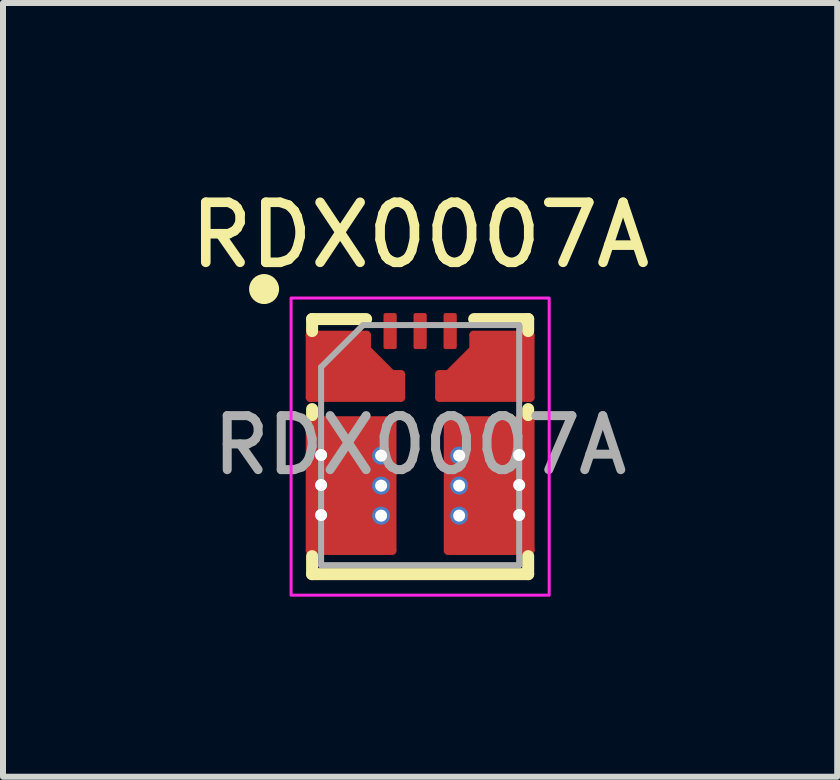
<source format=kicad_pcb>
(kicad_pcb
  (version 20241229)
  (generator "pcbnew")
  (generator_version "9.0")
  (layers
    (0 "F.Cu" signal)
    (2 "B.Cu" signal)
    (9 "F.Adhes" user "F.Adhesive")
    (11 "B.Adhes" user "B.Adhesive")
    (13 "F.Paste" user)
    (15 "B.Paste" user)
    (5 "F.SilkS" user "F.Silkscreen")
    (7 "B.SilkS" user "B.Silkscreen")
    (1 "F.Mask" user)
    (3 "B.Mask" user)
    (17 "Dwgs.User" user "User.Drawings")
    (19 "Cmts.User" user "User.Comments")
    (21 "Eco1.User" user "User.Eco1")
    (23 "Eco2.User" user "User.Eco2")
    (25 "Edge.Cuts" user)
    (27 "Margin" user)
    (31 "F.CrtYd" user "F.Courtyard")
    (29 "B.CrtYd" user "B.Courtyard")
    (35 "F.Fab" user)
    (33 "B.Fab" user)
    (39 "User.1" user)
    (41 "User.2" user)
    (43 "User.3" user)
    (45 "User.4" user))
  (footprint "RDX0007A"
    (layer "F.Cu")
    (at 3.95 4.366)
    (property "Reference" "RDX0007A" (at 0 -3.5 0) (unlocked yes) (layer "F.SilkS") (effects (font (size 1 1) (thickness 0.16))))
    (attr smd)
    (fp_line (start -1.905 1.76) (end -1.905 -0.41) (stroke (width 0.001) (type default)) (layer "F.Cu"))
    (fp_line (start -1.905 -0.79) (end -1.905 -1.835) (stroke (width 0.001) (type default)) (layer "F.Cu"))
    (fp_line (start -0.89 -1.905) (end -1.835 -1.905) (stroke (width 0.001) (type default)) (layer "F.Cu"))
    (fp_line (start -0.82 -1.625) (end -0.82 -1.835) (stroke (width 0.001) (type default)) (layer "F.Cu"))
    (fp_line (start -0.82 -1.625) (end -0.445 -1.25) (stroke (width 0.001) (type default)) (layer "F.Cu"))
    (fp_line (start -0.465 -0.48) (end -1.835 -0.48) (stroke (width 0.001) (type default)) (layer "F.Cu"))
    (fp_line (start -0.465 1.83) (end -1.835 1.83) (stroke (width 0.001) (type default)) (layer "F.Cu"))
    (fp_line (start -0.395 1.76) (end -0.395 -0.41) (stroke (width 0.001) (type default)) (layer "F.Cu"))
    (fp_line (start -0.32 -1.25) (end -0.445 -1.25) (stroke (width 0.001) (type default)) (layer "F.Cu"))
    (fp_line (start -0.32 -0.72) (end -1.835 -0.72) (stroke (width 0.001) (type default)) (layer "F.Cu"))
    (fp_line (start -0.25 -0.79) (end -0.25 -1.18) (stroke (width 0.001) (type default)) (layer "F.Cu"))
    (fp_line (start 0.25 -0.79) (end 0.25 -1.18) (stroke (width 0.001) (type default)) (layer "F.Cu"))
    (fp_line (start 0.32 -1.25) (end 0.445 -1.25) (stroke (width 0.001) (type default)) (layer "F.Cu"))
    (fp_line (start 0.32 -0.72) (end 1.835 -0.72) (stroke (width 0.001) (type default)) (layer "F.Cu"))
    (fp_line (start 0.395 1.76) (end 0.395 -0.41) (stroke (width 0.001) (type default)) (layer "F.Cu"))
    (fp_line (start 0.465 -0.48) (end 1.835 -0.48) (stroke (width 0.001) (type default)) (layer "F.Cu"))
    (fp_line (start 0.465 1.83) (end 1.835 1.83) (stroke (width 0.001) (type default)) (layer "F.Cu"))
    (fp_line (start 0.82 -1.625) (end 0.445 -1.25) (stroke (width 0.001) (type default)) (layer "F.Cu"))
    (fp_line (start 0.82 -1.625) (end 0.82 -1.835) (stroke (width 0.001) (type default)) (layer "F.Cu"))
    (fp_line (start 0.89 -1.905) (end 1.835 -1.905) (stroke (width 0.001) (type default)) (layer "F.Cu"))
    (fp_line (start 1.905 -0.79) (end 1.905 -1.835) (stroke (width 0.001) (type default)) (layer "F.Cu"))
    (fp_line (start 1.905 1.76) (end 1.905 -0.41) (stroke (width 0.001) (type default)) (layer "F.Cu"))
    (fp_arc (start -1.905 -1.834999) (mid -1.884497 -1.884496) (end -1.835 -1.904999) (stroke (width 0.001) (type solid)) (layer "F.Cu"))
    (fp_arc (start -1.905 -0.41) (mid -1.884497 -0.459497) (end -1.835 -0.48) (stroke (width 0.001) (type solid)) (layer "F.Cu"))
    (fp_arc (start -1.835 -0.719999) (mid -1.884497 -0.740502) (end -1.905 -0.789999) (stroke (width 0.001) (type solid)) (layer "F.Cu"))
    (fp_arc (start -1.835 1.83) (mid -1.884497 1.809497) (end -1.905 1.76) (stroke (width 0.001) (type default)) (layer "F.Cu"))
    (fp_arc (start -0.89 -1.904999) (mid -0.840503 -1.884496) (end -0.82 -1.834999) (stroke (width 0.001) (type solid)) (layer "F.Cu"))
    (fp_arc (start -0.465 -0.48) (mid -0.415503 -0.459497) (end -0.395 -0.41) (stroke (width 0.001) (type solid)) (layer "F.Cu"))
    (fp_arc (start -0.395 1.76) (mid -0.415503 1.809497) (end -0.465 1.83) (stroke (width 0.001) (type solid)) (layer "F.Cu"))
    (fp_arc (start -0.32 -1.249999) (mid -0.270503 -1.229496) (end -0.25 -1.179999) (stroke (width 0.001) (type solid)) (layer "F.Cu"))
    (fp_arc (start -0.25 -0.789999) (mid -0.270503 -0.740502) (end -0.32 -0.719999) (stroke (width 0.001) (type default)) (layer "F.Cu"))
    (fp_arc (start 0.25 -1.18) (mid 0.270503 -1.229497) (end 0.32 -1.25) (stroke (width 0.001) (type solid)) (layer "F.Cu"))
    (fp_arc (start 0.32 -0.72) (mid 0.270502 -0.740502) (end 0.25 -0.79) (stroke (width 0.001) (type default)) (layer "F.Cu"))
    (fp_arc (start 0.395003 -0.41) (mid 0.415506 -0.459496) (end 0.465003 -0.48) (stroke (width 0.001) (type solid)) (layer "F.Cu"))
    (fp_arc (start 0.465003 1.83) (mid 0.415504 1.809499) (end 0.395003 1.76) (stroke (width 0.001) (type solid)) (layer "F.Cu"))
    (fp_arc (start 0.82 -1.835) (mid 0.840503 -1.884497) (end 0.89 -1.905) (stroke (width 0.001) (type solid)) (layer "F.Cu"))
    (fp_arc (start 1.835 -1.905) (mid 1.884497 -1.884497) (end 1.905 -1.835) (stroke (width 0.001) (type solid)) (layer "F.Cu"))
    (fp_arc (start 1.835003 -0.48) (mid 1.884499 -0.459496) (end 1.905003 -0.41) (stroke (width 0.001) (type solid)) (layer "F.Cu"))
    (fp_arc (start 1.905 -0.79) (mid 1.884498 -0.740502) (end 1.835 -0.72) (stroke (width 0.001) (type solid)) (layer "F.Cu"))
    (fp_arc (start 1.905003 1.76) (mid 1.884501 1.809499) (end 1.835003 1.83) (stroke (width 0.001) (type default)) (layer "F.Cu"))
    (fp_circle (center -1.835 -1.835) (end -1.765 -1.835) (stroke (width 0.001) (type solid)) (fill yes) (layer "F.Cu"))
    (fp_circle (center -1.835 -0.79) (end -1.765 -0.79) (stroke (width 0.001) (type solid)) (fill yes) (layer "F.Cu"))
    (fp_circle (center -1.835 -0.41) (end -1.765 -0.41) (stroke (width 0.001) (type default)) (fill yes) (layer "F.Cu"))
    (fp_circle (center -1.835 1.76) (end -1.765 1.76) (stroke (width 0.001) (type default)) (fill yes) (layer "F.Cu"))
    (fp_circle (center -0.89 -1.835) (end -0.82 -1.835) (stroke (width 0.001) (type solid)) (fill yes) (layer "F.Cu"))
    (fp_circle (center -0.465 -0.41) (end -0.395 -0.41) (stroke (width 0.001) (type default)) (fill yes) (layer "F.Cu"))
    (fp_circle (center -0.465 1.76) (end -0.395 1.76) (stroke (width 0.001) (type default)) (fill yes) (layer "F.Cu"))
    (fp_circle (center -0.32 -1.18) (end -0.25 -1.18) (stroke (width 0.001) (type solid)) (fill yes) (layer "F.Cu"))
    (fp_circle (center -0.32 -0.79) (end -0.25 -0.79) (stroke (width 0.001) (type solid)) (fill yes) (layer "F.Cu"))
    (fp_circle (center 0.32 -1.18) (end 0.25 -1.18) (stroke (width 0.001) (type solid)) (fill yes) (layer "F.Cu"))
    (fp_circle (center 0.32 -0.79) (end 0.25 -0.79) (stroke (width 0.001) (type solid)) (fill yes) (layer "F.Cu"))
    (fp_circle (center 0.465 -0.41) (end 0.395 -0.41) (stroke (width 0.001) (type default)) (fill yes) (layer "F.Cu"))
    (fp_circle (center 0.465 1.76) (end 0.395 1.76) (stroke (width 0.001) (type default)) (fill yes) (layer "F.Cu"))
    (fp_circle (center 0.89 -1.835) (end 0.82 -1.835) (stroke (width 0.001) (type solid)) (fill yes) (layer "F.Cu"))
    (fp_circle (center 1.835 -1.835) (end 1.765 -1.835) (stroke (width 0.001) (type solid)) (fill yes) (layer "F.Cu"))
    (fp_circle (center 1.835 -0.79) (end 1.765 -0.79) (stroke (width 0.001) (type solid)) (fill yes) (layer "F.Cu"))
    (fp_circle (center 1.835 1.76) (end 1.765 1.76) (stroke (width 0.001) (type default)) (fill yes) (layer "F.Cu"))
    (fp_circle (center 1.835 -0.41) (end 1.765 -0.41) (stroke (width 0.001) (type default)) (fill yes) (layer "F.Cu"))
    (fp_poly (pts (xy -0.395 -0.41) (xy -0.465 -0.48) (xy -1.835 -0.48) (xy -1.905 -0.41) (xy -1.905 1.76) (xy -1.835 1.83) (xy -0.465 1.83) (xy -0.395 1.76)) (stroke (width 0.001) (type solid)) (fill yes) (layer "F.Cu"))
    (fp_poly (pts (xy 0.395 -0.41) (xy 0.465 -0.48) (xy 1.835 -0.48) (xy 1.905 -0.41) (xy 1.905 1.76) (xy 1.835 1.83) (xy 0.465 1.83) (xy 0.395 1.76)) (stroke (width 0.001) (type solid)) (fill yes) (layer "F.Cu"))
    (fp_poly (pts (xy -1.835 -1.905) (xy -1.905 -1.835) (xy -1.905 -0.79) (xy -1.835 -0.72) (xy -0.32 -0.72) (xy -0.25 -0.79) (xy -0.25 -1.18) (xy -0.32 -1.25) (xy -0.445 -1.25) (xy -0.82 -1.625) (xy -0.82 -1.835) (xy -0.89 -1.905)) (stroke (width 0.001) (type solid)) (fill yes) (layer "F.Cu"))
    (fp_poly (pts (xy 1.835 -1.905) (xy 1.905 -1.835) (xy 1.905 -0.79) (xy 1.835 -0.72) (xy 0.32 -0.72) (xy 0.25 -0.79) (xy 0.25 -1.18) (xy 0.32 -1.25) (xy 0.445 -1.25) (xy 0.82 -1.625) (xy 0.82 -1.835) (xy 0.89 -1.905)) (stroke (width 0.001) (type solid)) (fill yes) (layer "F.Cu"))
    (fp_line (start -1.8 -2.1) (end -1.8 -1.9) (stroke (width 0.2) (type default)) (layer "F.SilkS"))
    (fp_line (start -1.8 -2.1) (end -0.9 -2.1) (stroke (width 0.2) (type default)) (layer "F.SilkS"))
    (fp_line (start -1.8 -0.6) (end -1.8 -0.5) (stroke (width 0.2) (type default)) (layer "F.SilkS"))
    (fp_line (start -1.8 1.85) (end -1.8 2.15) (stroke (width 0.2) (type default)) (layer "F.SilkS"))
    (fp_line (start -1.8 2.15) (end 1.8 2.15) (stroke (width 0.2) (type default)) (layer "F.SilkS"))
    (fp_line (start 0.9 -2.1) (end 1.8 -2.1) (stroke (width 0.2) (type default)) (layer "F.SilkS"))
    (fp_line (start 1.8 -2.1) (end 1.8 -1.9) (stroke (width 0.2) (type default)) (layer "F.SilkS"))
    (fp_line (start 1.8 -0.6) (end 1.8 -0.5) (stroke (width 0.2) (type default)) (layer "F.SilkS"))
    (fp_line (start 1.8 1.85) (end 1.8 2.15) (stroke (width 0.2) (type default)) (layer "F.SilkS"))
    (fp_circle (center -2.6 -2.6) (end -2.4 -2.6) (stroke (width 0.1) (type default)) (fill yes) (layer "F.SilkS"))
    (fp_rect (start -2.15 -2.45) (end 2.15 2.5) (stroke (width 0.05) (type default)) (fill no) (layer "F.CrtYd"))
    (fp_line (start -1.65 2) (end -1.65 -1.3) (stroke (width 0.1) (type default)) (layer "F.Fab"))
    (fp_line (start -0.95 -2) (end -1.65 -1.3) (stroke (width 0.1) (type default)) (layer "F.Fab"))
    (fp_line (start -0.95 -2) (end 1.65 -2) (stroke (width 0.1) (type default)) (layer "F.Fab"))
    (fp_line (start 1.65 -2) (end 1.65 2) (stroke (width 0.1) (type default)) (layer "F.Fab"))
    (fp_line (start 1.65 2) (end -1.65 2) (stroke (width 0.1) (type default)) (layer "F.Fab"))
    (fp_text user "${REFERENCE}" (at 0 0 0) (unlocked yes) (layer "F.Fab") (effects (font (size 0.9 0.9) (thickness 0.15))))
    (pad "1" smd custom (at -1.1 -1.25) (size 0.1 0.5) (layers "F.Cu" "F.Mask" "F.Paste") (options (anchor circle)) (primitives (gr_poly (pts (xy 0.745 0.055) (xy 0.795 0.105) (xy 0.795 0.425) (xy 0.745 0.475) (xy -0.3 0.475) (xy -0.35 0.42) (xy -0.35 0.375) (xy -0.7 0.375) (xy -0.75 0.325) (xy -0.75 0.175) (xy -0.7 0.125) (xy -0.35 0.125) (xy -0.35 -0.125) (xy -0.7 -0.125) (xy -0.75 -0.175) (xy -0.75 -0.325) (xy -0.7 -0.375) (xy -0.35 -0.375) (xy -0.35 -0.55) (xy -0.3 -0.6) (xy 0.175 -0.6) (xy 0.225 -0.55) (xy 0.225 -0.322) (xy 0.602 0.055)) (width 0.0001) (fill yes)) (gr_line (start 0.745 0.475) (end -0.3 0.475) (width 0.001)) (gr_poly (pts (xy -0.4 0.375) (xy -0.38 0.38) (xy -0.365 0.39) (xy -0.355 0.405) (xy -0.35 0.42) (xy -0.33 0.42) (xy -0.33 0.355) (xy -0.45 0.355) (xy -0.45 0.375)) (width 0.0001) (fill yes)) (gr_poly (pts (xy -0.35 -0.425) (xy -0.355 -0.405) (xy -0.365 -0.39) (xy -0.38 -0.38) (xy -0.395 -0.375) (xy -0.445 -0.375) (xy -0.445 -0.355) (xy -0.33 -0.355) (xy -0.33 -0.475) (xy -0.35 -0.475)) (width 0.0001) (fill yes)) (gr_poly (pts (xy -0.35 0.075) (xy -0.355 0.095) (xy -0.365 0.11) (xy -0.38 0.12) (xy -0.395 0.125) (xy -0.445 0.125) (xy -0.445 0.145) (xy -0.33 0.145) (xy -0.33 0.025) (xy -0.35 0.025)) (width 0.0001) (fill yes)) (gr_poly (pts (xy -0.4 -0.125) (xy -0.38 -0.12) (xy -0.365 -0.11) (xy -0.355 -0.095) (xy -0.35 -0.08) (xy -0.35 -0.03) (xy -0.33 -0.03) (xy -0.33 -0.145) (xy -0.45 -0.145) (xy -0.45 -0.125)) (width 0.0001) (fill yes)) (gr_circle (center 0.745 0.425) (end 0.795 0.425) (width 0.0001) (fill yes)) (gr_circle (center 0.745 0.105) (end 0.795 0.105) (width 0.0001) (fill yes)) (gr_circle (center 0.175 -0.55) (end 0.225 -0.55) (width 0.0001) (fill yes)) (gr_circle (center -0.3 -0.55) (end -0.25 -0.55) (width 0.0001) (fill yes)) (gr_circle (center -0.7 -0.175) (end -0.65 -0.175) (width 0.0001) (fill yes)) (gr_circle (center -0.7 0.175) (end -0.65 0.175) (width 0.0001) (fill yes)) (gr_circle (center -0.7 0.325) (end -0.65 0.325) (width 0.0001) (fill yes)) (gr_arc (start -0.349999 0.075) (mid -0.364644 0.110355) (end -0.399999 0.125) (width 0.001)) (gr_circle (center -0.3 0.425) (end -0.25 0.425) (width 0.0001) (fill yes)) (gr_line (start 0.795 0.105) (end 0.795 0.425) (width 0.001)) (gr_line (start -0.35 -0.075) (end -0.35 0.075) (width 0.001)) (gr_line (start -0.75 0.175) (end -0.75 0.325) (width 0.001)) (gr_line (start -0.35 -0.55) (end -0.35 -0.425) (width 0.001)) (gr_line (start -0.4 0.375) (end -0.7 0.375) (width 0.001)) (gr_line (start -0.4 0.125) (end -0.7 0.125) (width 0.001)) (gr_line (start -0.4 -0.125) (end -0.7 -0.125) (width 0.001)) (gr_line (start -0.4 -0.375) (end -0.7 -0.375) (width 0.001)) (gr_line (start 0.175 -0.6) (end -0.3 -0.6) (width 0.001)) (gr_arc (start 0.745 0.055) (mid 0.780355 0.069645) (end 0.795 0.105) (width 0.001)) (gr_arc (start 0.795 0.425) (mid 0.780355 0.460355) (end 0.745 0.475) (width 0.001)) (gr_arc (start -0.299999 0.475) (mid -0.335354 0.460355) (end -0.349999 0.425) (width 0.001)) (gr_arc (start -0.399999 0.375) (mid -0.364644 0.389645) (end -0.349999 0.425) (width 0.001)) (gr_arc (start -0.699999 0.375) (mid -0.735354 0.360355) (end -0.749999 0.325) (width 0.001)) (gr_arc (start -0.749999 0.175) (mid -0.735354 0.139645) (end -0.699999 0.125) (width 0.001)) (gr_arc (start -0.399999 -0.125) (mid -0.364644 -0.110355) (end -0.349999 -0.075) (width 0.001)) (gr_arc (start -0.349999 -0.425) (mid -0.364644 -0.389645) (end -0.399999 -0.375) (width 0.001)) (gr_arc (start 0.175001 -0.6) (mid 0.210356 -0.585355) (end 0.225001 -0.55) (width 0.001)) (gr_line (start 0.225 -0.55) (end 0.225 -0.322) (width 0.001)) (gr_line (start 0.602 0.055) (end 0.225 -0.322) (width 0.001)) (gr_line (start 0.745 0.055) (end 0.602 0.055) (width 0.001)) (gr_arc (start -0.349999 -0.55) (mid -0.335354 -0.585355) (end -0.299999 -0.6) (width 0.001)) (gr_circle (center -0.7 -0.325) (end -0.65 -0.325) (width 0.0001) (fill yes)) (gr_line (start -0.75 -0.325) (end -0.75 -0.175) (width 0.001)) (gr_arc (start -0.699999 -0.125) (mid -0.735354 -0.139645) (end -0.749999 -0.175) (width 0.001)) (gr_arc (start -0.75 -0.325001) (mid -0.735355 -0.360356) (end -0.7 -0.375001) (width 0.001))))
    (pad "2" thru_hole circle (at -1.65 0.165) (size 0.2 0.2) (drill 0.2) (layers "*.Cu"))
    (pad "2" thru_hole circle (at -1.65 0.665) (size 0.2 0.2) (drill 0.2) (layers "*.Cu"))
    (pad "2" thru_hole circle (at -1.65 1.165) (size 0.2 0.2) (drill 0.2) (layers "*.Cu"))
    (pad "2" smd custom (at -1.05 0.675) (size 0.1 0.1) (layers "F.Cu" "F.Mask" "F.Paste") (options (anchor circle)) (primitives (gr_poly (pts (xy 0.6 -1.05) (xy 0.55 -1.1) (xy -0.345 -1.1) (xy -0.4 -1.05) (xy -0.4 -0.885) (xy -0.75 -0.885) (xy -0.8 -0.835) (xy -0.8 -0.685) (xy -0.75 -0.635) (xy -0.4 -0.635) (xy -0.4 -0.385) (xy -0.75 -0.385) (xy -0.8 -0.335) (xy -0.8 -0.185) (xy -0.75 -0.135) (xy -0.4 -0.135) (xy -0.4 0.115) (xy -0.75 0.115) (xy -0.8 0.165) (xy -0.8 0.315) (xy -0.75 0.365) (xy -0.4 0.365) (xy -0.4 0.615) (xy -0.75 0.615) (xy -0.8 0.665) (xy -0.8 0.815) (xy -0.75 0.865) (xy -0.4 0.865) (xy -0.4 1.05) (xy -0.35 1.1) (xy 0.55 1.1) (xy 0.6 1.05)) (width 0.001) (fill yes)) (gr_line (start 0.55 1.1) (end -0.35 1.1) (width 0.001)) (gr_line (start -0.45 0.865) (end -0.75 0.865) (width 0.001)) (gr_line (start -0.8 0.815) (end -0.8 0.665) (width 0.001)) (gr_line (start -0.75 0.615) (end -0.45 0.615) (width 0.001)) (gr_line (start -0.75 0.115) (end -0.45 0.115) (width 0.001)) (gr_line (start -0.8 0.315) (end -0.8 0.165) (width 0.001)) (gr_line (start -0.45 0.365) (end -0.75 0.365) (width 0.001)) (gr_line (start -0.75 -0.885) (end -0.45 -0.885) (width 0.001)) (gr_line (start -0.8 -0.685) (end -0.8 -0.835) (width 0.001)) (gr_line (start -0.75 -0.385) (end -0.45 -0.385) (width 0.001)) (gr_line (start -0.8 -0.185) (end -0.8 -0.335) (width 0.001)) (gr_line (start -0.45 -0.635) (end -0.75 -0.635) (width 0.001)) (gr_line (start -0.45 -0.135) (end -0.75 -0.135) (width 0.001)) (gr_line (start 0.6 -1.05) (end 0.6 1.05) (width 0.001)) (gr_line (start -0.4 0.915) (end -0.4 1.05) (width 0.001)) (gr_line (start -0.4 0.565) (end -0.4 0.415) (width 0.001)) (gr_line (start -0.4 0.065) (end -0.4 -0.085) (width 0.001)) (gr_line (start -0.4 -0.435) (end -0.4 -0.585) (width 0.001)) (gr_line (start 0.55 -1.1) (end -0.35 -1.1) (width 0.001)) (gr_line (start -0.4 -1.05) (end -0.4 -0.935) (width 0.001)) (gr_arc (start -0.4 -1.05) (mid -0.385355 -1.085355) (end -0.35 -1.1) (width 0.001)) (gr_arc (start -0.8 -0.835) (mid -0.785355 -0.870355) (end -0.75 -0.885) (width 0.001)) (gr_arc (start -0.8 -0.335) (mid -0.785355 -0.370355) (end -0.75 -0.385) (width 0.001)) (gr_arc (start -0.8 0.165) (mid -0.785355 0.129645) (end -0.75 0.115) (width 0.001)) (gr_arc (start -0.8 0.665) (mid -0.785355 0.629645) (end -0.75 0.615) (width 0.001)) (gr_arc (start 0.55 -1.1) (mid 0.585355 -1.085355) (end 0.6 -1.05) (width 0.001)) (gr_arc (start -0.75 -0.635) (mid -0.785355 -0.649645) (end -0.8 -0.685) (width 0.001)) (gr_arc (start -0.75 -0.135) (mid -0.785355 -0.149645) (end -0.8 -0.185) (width 0.001)) (gr_arc (start -0.75 0.365) (mid -0.785355 0.350355) (end -0.8 0.315) (width 0.001)) (gr_arc (start -0.75 0.865) (mid -0.785355 0.850355) (end -0.8 0.815) (width 0.001)) (gr_arc (start -0.35 1.1) (mid -0.385355 1.085355) (end -0.4 1.05) (width 0.001)) (gr_arc (start 0.6 1.05) (mid 0.585355 1.085355) (end 0.55 1.1) (width 0.001)) (gr_arc (start -0.4 0.565) (mid -0.414645 0.600355) (end -0.45 0.615) (width 0.001)) (gr_arc (start -0.4 0.065) (mid -0.414645 0.100355) (end -0.45 0.115) (width 0.001)) (gr_arc (start -0.4 -0.435) (mid -0.414645 -0.399645) (end -0.45 -0.385) (width 0.001)) (gr_arc (start -0.4 -0.935) (mid -0.414645 -0.899645) (end -0.45 -0.885) (width 0.001)) (gr_arc (start -0.45 -0.635) (mid -0.414645 -0.620355) (end -0.4 -0.585) (width 0.001)) (gr_arc (start -0.45 -0.135) (mid -0.414645 -0.120355) (end -0.4 -0.085) (width 0.001)) (gr_arc (start -0.45 0.365) (mid -0.414645 0.379645) (end -0.4 0.415) (width 0.001)) (gr_arc (start -0.45 0.865) (mid -0.414645 0.879645) (end -0.4 0.915) (width 0.001)) (gr_circle (center -0.75 -0.835) (end -0.75 -0.885) (width 0.001) (fill yes)) (gr_circle (center -0.75 -0.685) (end -0.75 -0.735) (width 0.001) (fill yes)) (gr_circle (center -0.75 -0.335) (end -0.75 -0.385) (width 0.001) (fill yes)) (gr_circle (center -0.75 -0.185) (end -0.75 -0.235) (width 0.001) (fill yes)) (gr_circle (center -0.75 0.165) (end -0.75 0.115) (width 0.001) (fill yes)) (gr_circle (center -0.75 0.315) (end -0.75 0.265) (width 0.001) (fill yes)) (gr_circle (center -0.75 0.665) (end -0.75 0.615) (width 0.001) (fill yes)) (gr_circle (center -0.75 0.815) (end -0.75 0.765) (width 0.001) (fill yes)) (gr_circle (center -0.35 1.05) (end -0.35 1) (width 0.001) (fill yes)) (gr_circle (center 0.55 1.05) (end 0.55 1) (width 0.001) (fill yes)) (gr_circle (center 0.55 -1.05) (end 0.55 -1.1) (width 0.001) (fill yes)) (gr_circle (center -0.35 -1.05) (end -0.35 -1.1) (width 0.001) (fill yes)) (gr_poly (pts (xy -0.4 -0.935) (xy -0.401 -0.925) (xy -0.404 -0.915) (xy -0.408 -0.908) (xy -0.415 -0.9) (xy -0.422 -0.894) (xy -0.431 -0.889) (xy -0.44 -0.886) (xy -0.45 -0.885) (xy -0.5 -0.885) (xy -0.5 -0.865) (xy -0.38 -0.865) (xy -0.38 -0.985) (xy -0.4 -0.985)) (width 0.001) (fill yes)) (gr_poly (pts (xy -0.45 -0.635) (xy -0.44 -0.634) (xy -0.43 -0.631) (xy -0.423 -0.627) (xy -0.415 -0.62) (xy -0.409 -0.612) (xy -0.404 -0.604) (xy -0.401 -0.595) (xy -0.4 -0.585) (xy -0.4 -0.535) (xy -0.38 -0.535) (xy -0.38 -0.655) (xy -0.5 -0.655) (xy -0.5 -0.635)) (width 0.001) (fill yes)) (gr_poly (pts (xy -0.45 -0.135) (xy -0.44 -0.134) (xy -0.43 -0.131) (xy -0.423 -0.127) (xy -0.415 -0.12) (xy -0.409 -0.112) (xy -0.404 -0.104) (xy -0.401 -0.095) (xy -0.4 -0.085) (xy -0.4 -0.035) (xy -0.38 -0.035) (xy -0.38 -0.155) (xy -0.5 -0.155) (xy -0.5 -0.135)) (width 0.001) (fill yes)) (gr_poly (pts (xy -0.45 0.365) (xy -0.44 0.366) (xy -0.43 0.369) (xy -0.423 0.373) (xy -0.415 0.38) (xy -0.409 0.388) (xy -0.404 0.396) (xy -0.401 0.405) (xy -0.4 0.415) (xy -0.4 0.465) (xy -0.38 0.465) (xy -0.38 0.345) (xy -0.5 0.345) (xy -0.5 0.365)) (width 0.001) (fill yes)) (gr_poly (pts (xy -0.45 0.865) (xy -0.44 0.866) (xy -0.43 0.869) (xy -0.423 0.873) (xy -0.415 0.88) (xy -0.409 0.888) (xy -0.404 0.896) (xy -0.401 0.905) (xy -0.4 0.915) (xy -0.4 0.965) (xy -0.38 0.965) (xy -0.38 0.845) (xy -0.5 0.845) (xy -0.5 0.865)) (width 0.001) (fill yes)) (gr_poly (pts (xy -0.4 -0.435) (xy -0.401 -0.425) (xy -0.404 -0.415) (xy -0.408 -0.408) (xy -0.415 -0.4) (xy -0.422 -0.394) (xy -0.431 -0.389) (xy -0.44 -0.386) (xy -0.45 -0.385) (xy -0.5 -0.385) (xy -0.5 -0.365) (xy -0.38 -0.365) (xy -0.38 -0.485) (xy -0.4 -0.485)) (width 0.001) (fill yes)) (gr_poly (pts (xy -0.4 0.065) (xy -0.401 0.075) (xy -0.404 0.085) (xy -0.408 0.092) (xy -0.415 0.1) (xy -0.422 0.106) (xy -0.431 0.111) (xy -0.44 0.114) (xy -0.45 0.115) (xy -0.5 0.115) (xy -0.5 0.135) (xy -0.38 0.135) (xy -0.38 0.015) (xy -0.4 0.015)) (width 0.001) (fill yes)) (gr_poly (pts (xy -0.4 0.565) (xy -0.401 0.575) (xy -0.404 0.585) (xy -0.408 0.592) (xy -0.415 0.6) (xy -0.422 0.606) (xy -0.431 0.611) (xy -0.44 0.614) (xy -0.45 0.615) (xy -0.5 0.615) (xy -0.5 0.635) (xy -0.38 0.635) (xy -0.38 0.515) (xy -0.4 0.515)) (width 0.001) (fill yes))))
    (pad "2" thru_hole circle (at -0.65 0.175) (size 0.3 0.3) (drill 0.2) (layers "*.Cu" "F.Mask"))
    (pad "2" thru_hole circle (at -0.65 0.675) (size 0.3 0.3) (drill 0.2) (layers "*.Cu" "F.Mask"))
    (pad "2" thru_hole circle (at -0.65 1.175) (size 0.3 0.3) (drill 0.2) (layers "*.Cu" "F.Mask"))
    (pad "3" thru_hole circle (at 0.65 0.175) (size 0.3 0.3) (drill 0.2) (layers "*.Cu" "F.Mask"))
    (pad "3" thru_hole circle (at 0.65 0.675) (size 0.3 0.3) (drill 0.2) (layers "*.Cu" "F.Mask"))
    (pad "3" thru_hole circle (at 0.65 1.175) (size 0.3 0.3) (drill 0.2) (layers "*.Cu" "F.Mask"))
    (pad "3" smd custom (at 1.05 0.675) (size 0.1 0.1) (layers "F.Cu" "F.Mask" "F.Paste") (options (anchor circle)) (primitives (gr_poly (pts (xy -0.6 -1.05) (xy -0.55 -1.1) (xy 0.345 -1.1) (xy 0.4 -1.05) (xy 0.4 -0.885) (xy 0.75 -0.885) (xy 0.8 -0.835) (xy 0.8 -0.685) (xy 0.75 -0.635) (xy 0.4 -0.635) (xy 0.4 -0.385) (xy 0.75 -0.385) (xy 0.8 -0.335) (xy 0.8 -0.185) (xy 0.75 -0.135) (xy 0.4 -0.135) (xy 0.4 0.115) (xy 0.75 0.115) (xy 0.8 0.165) (xy 0.8 0.315) (xy 0.75 0.365) (xy 0.4 0.365) (xy 0.4 0.615) (xy 0.75 0.615) (xy 0.8 0.665) (xy 0.8 0.815) (xy 0.75 0.865) (xy 0.4 0.865) (xy 0.4 1.05) (xy 0.35 1.1) (xy -0.55 1.1) (xy -0.6 1.05)) (width 0.001) (fill yes)) (gr_line (start -0.55 1.1) (end 0.35 1.1) (width 0.001)) (gr_line (start 0.45 0.865) (end 0.75 0.865) (width 0.001)) (gr_line (start 0.8 0.815) (end 0.8 0.665) (width 0.001)) (gr_line (start 0.75 0.615) (end 0.45 0.615) (width 0.001)) (gr_line (start 0.75 0.115) (end 0.45 0.115) (width 0.001)) (gr_line (start 0.8 0.315) (end 0.8 0.165) (width 0.001)) (gr_line (start 0.45 0.365) (end 0.75 0.365) (width 0.001)) (gr_line (start 0.75 -0.885) (end 0.45 -0.885) (width 0.001)) (gr_line (start 0.8 -0.685) (end 0.8 -0.835) (width 0.001)) (gr_line (start 0.75 -0.385) (end 0.45 -0.385) (width 0.001)) (gr_line (start 0.8 -0.185) (end 0.8 -0.335) (width 0.001)) (gr_line (start 0.45 -0.635) (end 0.75 -0.635) (width 0.001)) (gr_line (start 0.45 -0.135) (end 0.75 -0.135) (width 0.001)) (gr_line (start -0.6 -1.05) (end -0.6 1.05) (width 0.001)) (gr_line (start 0.4 0.915) (end 0.4 1.05) (width 0.001)) (gr_line (start 0.4 0.565) (end 0.4 0.415) (width 0.001)) (gr_line (start 0.4 0.065) (end 0.4 -0.085) (width 0.001)) (gr_line (start 0.4 -0.435) (end 0.4 -0.585) (width 0.001)) (gr_line (start -0.55 -1.1) (end 0.35 -1.1) (width 0.001)) (gr_line (start 0.4 -1.05) (end 0.4 -0.935) (width 0.001)) (gr_arc (start 0.35 -1.1) (mid 0.385355 -1.085355) (end 0.4 -1.05) (width 0.001)) (gr_arc (start 0.75 -0.885) (mid 0.785355 -0.870355) (end 0.8 -0.835) (width 0.001)) (gr_arc (start 0.75 -0.385) (mid 0.785355 -0.370355) (end 0.8 -0.335) (width 0.001)) (gr_arc (start 0.75 0.115) (mid 0.785355 0.129645) (end 0.8 0.165) (width 0.001)) (gr_arc (start 0.75 0.615) (mid 0.785355 0.629645) (end 0.8 0.665) (width 0.001)) (gr_arc (start -0.6 -1.05) (mid -0.585355 -1.085355) (end -0.55 -1.1) (width 0.001)) (gr_arc (start 0.8 -0.685) (mid 0.785355 -0.649645) (end 0.75 -0.635) (width 0.001)) (gr_arc (start 0.8 -0.185) (mid 0.785355 -0.149645) (end 0.75 -0.135) (width 0.001)) (gr_arc (start 0.8 0.315) (mid 0.785355 0.350355) (end 0.75 0.365) (width 0.001)) (gr_arc (start 0.8 0.815) (mid 0.785355 0.850355) (end 0.75 0.865) (width 0.001)) (gr_arc (start 0.4 1.05) (mid 0.385355 1.085355) (end 0.35 1.1) (width 0.001)) (gr_arc (start -0.55 1.1) (mid -0.585355 1.085355) (end -0.6 1.05) (width 0.001)) (gr_arc (start 0.45 0.615) (mid 0.414645 0.600355) (end 0.4 0.565) (width 0.001)) (gr_arc (start 0.45 0.115) (mid 0.414645 0.100355) (end 0.4 0.065) (width 0.001)) (gr_arc (start 0.45 -0.385) (mid 0.414645 -0.399645) (end 0.4 -0.435) (width 0.001)) (gr_arc (start 0.45 -0.885) (mid 0.414645 -0.899645) (end 0.4 -0.935) (width 0.001)) (gr_arc (start 0.4 -0.585) (mid 0.414645 -0.620355) (end 0.45 -0.635) (width 0.001)) (gr_arc (start 0.4 -0.085) (mid 0.414645 -0.120355) (end 0.45 -0.135) (width 0.001)) (gr_arc (start 0.4 0.415) (mid 0.414645 0.379645) (end 0.45 0.365) (width 0.001)) (gr_arc (start 0.4 0.915) (mid 0.414645 0.879645) (end 0.45 0.865) (width 0.001)) (gr_circle (center 0.75 -0.835) (end 0.75 -0.885) (width 0.001) (fill yes)) (gr_circle (center 0.75 -0.685) (end 0.75 -0.735) (width 0.001) (fill yes)) (gr_circle (center 0.75 -0.335) (end 0.75 -0.385) (width 0.001) (fill yes)) (gr_circle (center 0.75 -0.185) (end 0.75 -0.235) (width 0.001) (fill yes)) (gr_circle (center 0.75 0.165) (end 0.75 0.115) (width 0.001) (fill yes)) (gr_circle (center 0.75 0.315) (end 0.75 0.265) (width 0.001) (fill yes)) (gr_circle (center 0.75 0.665) (end 0.75 0.615) (width 0.001) (fill yes)) (gr_circle (center 0.75 0.815) (end 0.75 0.765) (width 0.001) (fill yes)) (gr_circle (center 0.35 1.05) (end 0.35 1) (width 0.001) (fill yes)) (gr_circle (center -0.55 1.05) (end -0.55 1) (width 0.001) (fill yes)) (gr_circle (center -0.55 -1.05) (end -0.55 -1.1) (width 0.001) (fill yes)) (gr_circle (center 0.35 -1.05) (end 0.35 -1.1) (width 0.001) (fill yes)) (gr_poly (pts (xy 0.4 -0.935) (xy 0.401 -0.925) (xy 0.404 -0.915) (xy 0.408 -0.908) (xy 0.415 -0.9) (xy 0.422 -0.894) (xy 0.431 -0.889) (xy 0.44 -0.886) (xy 0.45 -0.885) (xy 0.5 -0.885) (xy 0.5 -0.865) (xy 0.38 -0.865) (xy 0.38 -0.985) (xy 0.4 -0.985)) (width 0.001) (fill yes)) (gr_poly (pts (xy 0.45 -0.635) (xy 0.44 -0.634) (xy 0.43 -0.631) (xy 0.423 -0.627) (xy 0.415 -0.62) (xy 0.409 -0.612) (xy 0.404 -0.604) (xy 0.401 -0.595) (xy 0.4 -0.585) (xy 0.4 -0.535) (xy 0.38 -0.535) (xy 0.38 -0.655) (xy 0.5 -0.655) (xy 0.5 -0.635)) (width 0.001) (fill yes)) (gr_poly (pts (xy 0.45 -0.135) (xy 0.44 -0.134) (xy 0.43 -0.131) (xy 0.423 -0.127) (xy 0.415 -0.12) (xy 0.409 -0.112) (xy 0.404 -0.104) (xy 0.401 -0.095) (xy 0.4 -0.085) (xy 0.4 -0.035) (xy 0.38 -0.035) (xy 0.38 -0.155) (xy 0.5 -0.155) (xy 0.5 -0.135)) (width 0.001) (fill yes)) (gr_poly (pts (xy 0.45 0.365) (xy 0.44 0.366) (xy 0.43 0.369) (xy 0.423 0.373) (xy 0.415 0.38) (xy 0.409 0.388) (xy 0.404 0.396) (xy 0.401 0.405) (xy 0.4 0.415) (xy 0.4 0.465) (xy 0.38 0.465) (xy 0.38 0.345) (xy 0.5 0.345) (xy 0.5 0.365)) (width 0.001) (fill yes)) (gr_poly (pts (xy 0.45 0.865) (xy 0.44 0.866) (xy 0.43 0.869) (xy 0.423 0.873) (xy 0.415 0.88) (xy 0.409 0.888) (xy 0.404 0.896) (xy 0.401 0.905) (xy 0.4 0.915) (xy 0.4 0.965) (xy 0.38 0.965) (xy 0.38 0.845) (xy 0.5 0.845) (xy 0.5 0.865)) (width 0.001) (fill yes)) (gr_poly (pts (xy 0.4 -0.435) (xy 0.401 -0.425) (xy 0.404 -0.415) (xy 0.408 -0.408) (xy 0.415 -0.4) (xy 0.422 -0.394) (xy 0.431 -0.389) (xy 0.44 -0.386) (xy 0.45 -0.385) (xy 0.5 -0.385) (xy 0.5 -0.365) (xy 0.38 -0.365) (xy 0.38 -0.485) (xy 0.4 -0.485)) (width 0.001) (fill yes)) (gr_poly (pts (xy 0.4 0.065) (xy 0.401 0.075) (xy 0.404 0.085) (xy 0.408 0.092) (xy 0.415 0.1) (xy 0.422 0.106) (xy 0.431 0.111) (xy 0.44 0.114) (xy 0.45 0.115) (xy 0.5 0.115) (xy 0.5 0.135) (xy 0.38 0.135) (xy 0.38 0.015) (xy 0.4 0.015)) (width 0.001) (fill yes)) (gr_poly (pts (xy 0.4 0.565) (xy 0.401 0.575) (xy 0.404 0.585) (xy 0.408 0.592) (xy 0.415 0.6) (xy 0.422 0.606) (xy 0.431 0.611) (xy 0.44 0.614) (xy 0.45 0.615) (xy 0.5 0.615) (xy 0.5 0.635) (xy 0.38 0.635) (xy 0.38 0.515) (xy 0.4 0.515)) (width 0.001) (fill yes))))
    (pad "3" thru_hole circle (at 1.65 0.165) (size 0.2 0.2) (drill 0.2) (layers "*.Cu"))
    (pad "3" thru_hole circle (at 1.65 0.665) (size 0.2 0.2) (drill 0.2) (layers "*.Cu"))
    (pad "3" thru_hole circle (at 1.65 1.165) (size 0.2 0.2) (drill 0.2) (layers "*.Cu"))
    (pad "4" smd custom (at 1.1 -1.25) (size 0.1 0.5) (layers "F.Cu" "F.Mask" "F.Paste") (options (anchor circle)) (primitives (gr_poly (pts (xy -0.745 0.055) (xy -0.795 0.105) (xy -0.795 0.425) (xy -0.745 0.475) (xy 0.3 0.475) (xy 0.35 0.42) (xy 0.35 0.375) (xy 0.7 0.375) (xy 0.75 0.325) (xy 0.75 0.175) (xy 0.7 0.125) (xy 0.35 0.125) (xy 0.35 -0.125) (xy 0.7 -0.125) (xy 0.75 -0.175) (xy 0.75 -0.325) (xy 0.7 -0.375) (xy 0.35 -0.375) (xy 0.35 -0.55) (xy 0.3 -0.6) (xy -0.175 -0.6) (xy -0.225 -0.55) (xy -0.225 -0.322) (xy -0.602 0.055)) (width 0.0001) (fill yes)) (gr_line (start -0.745 0.475) (end 0.3 0.475) (width 0.001)) (gr_poly (pts (xy 0.4 0.375) (xy 0.38 0.38) (xy 0.365 0.39) (xy 0.355 0.405) (xy 0.35 0.42) (xy 0.33 0.42) (xy 0.33 0.355) (xy 0.45 0.355) (xy 0.45 0.375)) (width 0.0001) (fill yes)) (gr_poly (pts (xy 0.35 -0.425) (xy 0.355 -0.405) (xy 0.365 -0.39) (xy 0.38 -0.38) (xy 0.395 -0.375) (xy 0.445 -0.375) (xy 0.445 -0.355) (xy 0.33 -0.355) (xy 0.33 -0.475) (xy 0.35 -0.475)) (width 0.0001) (fill yes)) (gr_poly (pts (xy 0.35 0.075) (xy 0.355 0.095) (xy 0.365 0.11) (xy 0.38 0.12) (xy 0.395 0.125) (xy 0.445 0.125) (xy 0.445 0.145) (xy 0.33 0.145) (xy 0.33 0.025) (xy 0.35 0.025)) (width 0.0001) (fill yes)) (gr_poly (pts (xy 0.4 -0.125) (xy 0.38 -0.12) (xy 0.365 -0.11) (xy 0.355 -0.095) (xy 0.35 -0.08) (xy 0.35 -0.03) (xy 0.33 -0.03) (xy 0.33 -0.145) (xy 0.45 -0.145) (xy 0.45 -0.125)) (width 0.0001) (fill yes)) (gr_circle (center -0.745 0.425) (end -0.795 0.425) (width 0.0001) (fill yes)) (gr_circle (center -0.745 0.105) (end -0.795 0.105) (width 0.0001) (fill yes)) (gr_circle (center -0.175 -0.55) (end -0.225 -0.55) (width 0.0001) (fill yes)) (gr_circle (center 0.3 -0.55) (end 0.25 -0.55) (width 0.0001) (fill yes)) (gr_circle (center 0.7 -0.175) (end 0.65 -0.175) (width 0.0001) (fill yes)) (gr_circle (center 0.7 0.175) (end 0.65 0.175) (width 0.0001) (fill yes)) (gr_circle (center 0.7 0.325) (end 0.65 0.325) (width 0.0001) (fill yes)) (gr_arc (start 0.399999 0.125) (mid 0.364644 0.110355) (end 0.349999 0.075) (width 0.001)) (gr_circle (center 0.3 0.425) (end 0.25 0.425) (width 0.0001) (fill yes)) (gr_line (start -0.795 0.105) (end -0.795 0.425) (width 0.001)) (gr_line (start 0.35 -0.075) (end 0.35 0.075) (width 0.001)) (gr_line (start 0.75 0.175) (end 0.75 0.325) (width 0.001)) (gr_line (start 0.35 -0.55) (end 0.35 -0.425) (width 0.001)) (gr_line (start 0.4 0.375) (end 0.7 0.375) (width 0.001)) (gr_line (start 0.4 0.125) (end 0.7 0.125) (width 0.001)) (gr_line (start 0.4 -0.125) (end 0.7 -0.125) (width 0.001)) (gr_line (start 0.4 -0.375) (end 0.7 -0.375) (width 0.001)) (gr_line (start -0.175 -0.6) (end 0.3 -0.6) (width 0.001)) (gr_arc (start -0.795 0.105) (mid -0.780355 0.069645) (end -0.745 0.055) (width 0.001)) (gr_arc (start -0.745 0.475) (mid -0.780355 0.460355) (end -0.795 0.425) (width 0.001)) (gr_arc (start 0.349999 0.425) (mid 0.335354 0.460355) (end 0.299999 0.475) (width 0.001)) (gr_arc (start 0.349999 0.425) (mid 0.364644 0.389645) (end 0.399999 0.375) (width 0.001)) (gr_arc (start 0.749999 0.325) (mid 0.735354 0.360355) (end 0.699999 0.375) (width 0.001)) (gr_arc (start 0.699999 0.125) (mid 0.735354 0.139645) (end 0.749999 0.175) (width 0.001)) (gr_arc (start 0.349999 -0.075) (mid 0.364644 -0.110355) (end 0.399999 -0.125) (width 0.001)) (gr_arc (start 0.399999 -0.375) (mid 0.364644 -0.389645) (end 0.349999 -0.425) (width 0.001)) (gr_arc (start -0.225001 -0.55) (mid -0.210356 -0.585356) (end -0.175001 -0.6) (width 0.001)) (gr_line (start -0.225 -0.55) (end -0.225 -0.322) (width 0.001)) (gr_line (start -0.602 0.055) (end -0.225 -0.322) (width 0.001)) (gr_line (start -0.745 0.055) (end -0.602 0.055) (width 0.001)) (gr_arc (start 0.299999 -0.6) (mid 0.335354 -0.585355) (end 0.349999 -0.55) (width 0.001)) (gr_circle (center 0.7 -0.325) (end 0.65 -0.325) (width 0.0001) (fill yes)) (gr_line (start 0.75 -0.325) (end 0.75 -0.175) (width 0.001)) (gr_arc (start 0.749999 -0.175) (mid 0.735354 -0.139645) (end 0.699999 -0.125) (width 0.001)) (gr_arc (start 0.7 -0.375001) (mid 0.735355 -0.360356) (end 0.75 -0.325001) (width 0.001))))
    (pad "5" smd roundrect (at 0.5 -1.9) (size 0.22 0.6) (layers "F.Cu" "F.Mask" "F.Paste") (roundrect_rratio 0.15))
    (pad "6" smd roundrect (at 0 -1.9) (size 0.22 0.6) (layers "F.Cu" "F.Mask" "F.Paste") (roundrect_rratio 0.15))
    (pad "7" smd roundrect (at -0.5 -1.9) (size 0.22 0.6) (layers "F.Cu" "F.Mask" "F.Paste") (roundrect_rratio 0.15))
    (zone (net_name "") (layer "F.Cu") (hatch edge 0.5) (connect_pads) (min_thickness 0.25) (filled_areas_thickness no) (keepout (tracks not_allowed) (vias not_allowed) (pads allowed) (copperpour not_allowed) (footprints allowed)) (placement (enabled no)) (fill) (polygon (pts (xy 3.75 3.071) (xy 4.15 3.071) (xy 4.15 3.691) (xy 3.75 3.691)))))
  (gr_rect
    (start -3 -3)
    (end 10.899 9.891)
    (stroke (width 0.1) (type default))
    (fill no)
    (layer "Edge.Cuts")))
</source>
